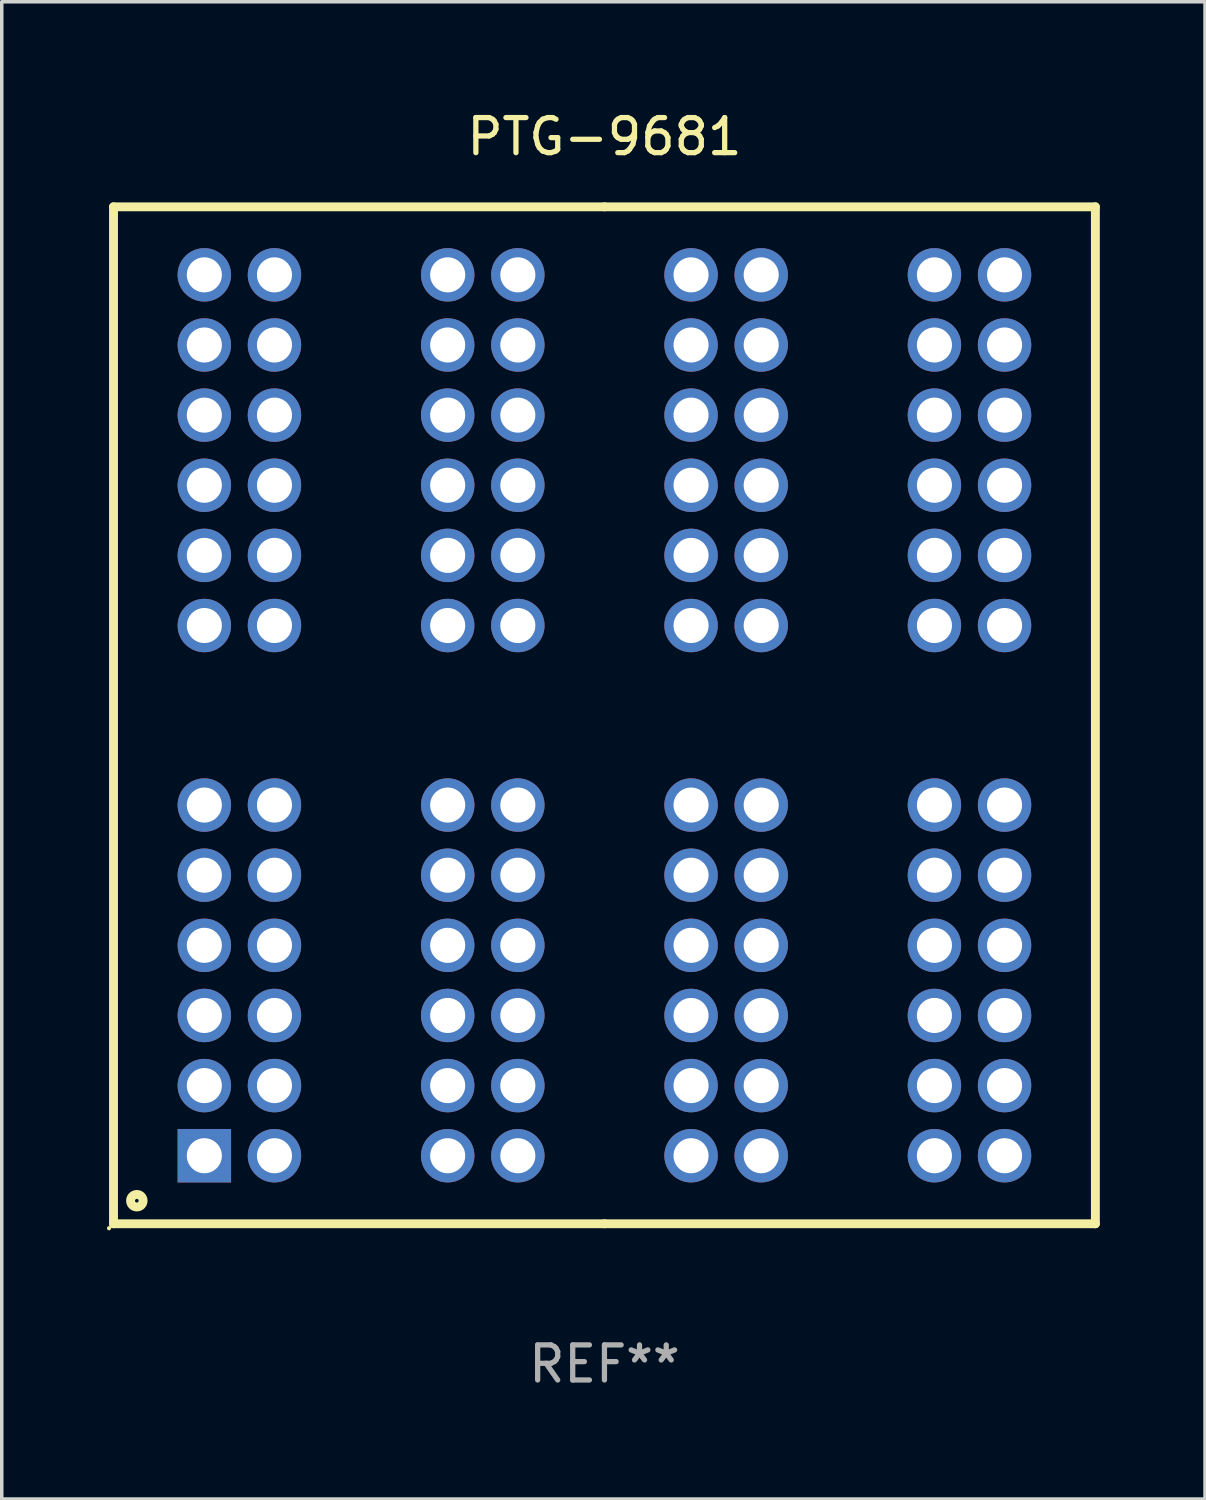
<source format=kicad_pcb>
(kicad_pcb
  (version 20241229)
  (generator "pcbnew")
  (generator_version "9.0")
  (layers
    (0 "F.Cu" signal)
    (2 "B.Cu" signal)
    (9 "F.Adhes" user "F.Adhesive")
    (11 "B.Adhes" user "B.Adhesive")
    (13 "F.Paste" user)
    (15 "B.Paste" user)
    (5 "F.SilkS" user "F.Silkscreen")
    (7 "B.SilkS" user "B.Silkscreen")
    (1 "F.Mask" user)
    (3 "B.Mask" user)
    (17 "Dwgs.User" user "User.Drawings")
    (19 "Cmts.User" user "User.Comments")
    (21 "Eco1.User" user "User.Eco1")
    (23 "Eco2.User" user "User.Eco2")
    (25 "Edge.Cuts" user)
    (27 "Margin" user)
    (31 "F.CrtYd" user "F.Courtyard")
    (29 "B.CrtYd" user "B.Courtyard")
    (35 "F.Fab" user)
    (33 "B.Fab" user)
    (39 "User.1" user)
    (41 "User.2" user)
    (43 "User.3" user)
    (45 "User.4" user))
  (footprint "PTG-9681"
    (layer "F.Cu")
    (at 14.187 17.348)
    (property "Reference" "PTG-9681" (at 0 -16.5 0) (layer "F.SilkS") (effects (font (size 1 1) (thickness 0.15))))
    (attr through_hole)
    (fp_line (start -14 -14.5) (end -14 14.5) (stroke (width 0.254) (type solid)) (layer "F.SilkS"))
    (fp_line (start 0 -14.5) (end -14 -14.5) (stroke (width 0.254) (type solid)) (layer "F.SilkS"))
    (fp_line (start 0 -14.5) (end 14 -14.5) (stroke (width 0.254) (type solid)) (layer "F.SilkS"))
    (fp_line (start 0 14.5) (end -14 14.5) (stroke (width 0.254) (type solid)) (layer "F.SilkS"))
    (fp_line (start 0 14.5) (end 14 14.5) (stroke (width 0.254) (type solid)) (layer "F.SilkS"))
    (fp_line (start 14 -14.5) (end 14 14.5) (stroke (width 0.254) (type solid)) (layer "F.SilkS"))
    (fp_circle (center -14.127 14.627) (end -14.097 14.627) (stroke (width 0.06) (type solid)) (fill no) (layer "F.SilkS"))
    (fp_circle (center -13.335 13.843) (end -13.156 13.843) (stroke (width 0.254) (type solid)) (fill no) (layer "F.SilkS"))
    (fp_text user "REF**" (at 0 18.5 0) (layer "F.Fab") (effects (font (size 1 1) (thickness 0.15))))
    (pad "1" thru_hole rect (at -11.41 12.56) (size 1.524 1.524) (drill 1) (layers "*.Cu" "*.Mask"))
    (pad "2" thru_hole circle (at -11.41 10.56) (size 1.524 1.524) (drill 1) (layers "*.Cu" "*.Mask"))
    (pad "3" thru_hole circle (at -11.41 8.56) (size 1.524 1.524) (drill 1) (layers "*.Cu" "*.Mask"))
    (pad "4" thru_hole circle (at -11.41 6.56) (size 1.524 1.524) (drill 1) (layers "*.Cu" "*.Mask"))
    (pad "5" thru_hole circle (at -11.41 4.56) (size 1.524 1.524) (drill 1) (layers "*.Cu" "*.Mask"))
    (pad "6" thru_hole circle (at -11.41 2.56) (size 1.524 1.524) (drill 1) (layers "*.Cu" "*.Mask"))
    (pad "7" thru_hole circle (at -9.41 12.56) (size 1.524 1.524) (drill 1) (layers "*.Cu" "*.Mask"))
    (pad "8" thru_hole circle (at -9.41 10.56) (size 1.524 1.524) (drill 1) (layers "*.Cu" "*.Mask"))
    (pad "9" thru_hole circle (at -9.41 8.56) (size 1.524 1.524) (drill 1) (layers "*.Cu" "*.Mask"))
    (pad "10" thru_hole circle (at -9.41 6.56) (size 1.524 1.524) (drill 1) (layers "*.Cu" "*.Mask"))
    (pad "11" thru_hole circle (at -9.41 4.56) (size 1.524 1.524) (drill 1) (layers "*.Cu" "*.Mask"))
    (pad "12" thru_hole circle (at -9.41 2.56) (size 1.524 1.524) (drill 1) (layers "*.Cu" "*.Mask"))
    (pad "13" thru_hole circle (at -4.47 12.56) (size 1.524 1.524) (drill 1) (layers "*.Cu" "*.Mask"))
    (pad "14" thru_hole circle (at -4.47 10.56) (size 1.524 1.524) (drill 1) (layers "*.Cu" "*.Mask"))
    (pad "15" thru_hole circle (at -4.47 8.56) (size 1.524 1.524) (drill 1) (layers "*.Cu" "*.Mask"))
    (pad "16" thru_hole circle (at -4.47 6.56) (size 1.524 1.524) (drill 1) (layers "*.Cu" "*.Mask"))
    (pad "17" thru_hole circle (at -4.47 4.56) (size 1.524 1.524) (drill 1) (layers "*.Cu" "*.Mask"))
    (pad "18" thru_hole circle (at -4.47 2.56) (size 1.524 1.524) (drill 1) (layers "*.Cu" "*.Mask"))
    (pad "19" thru_hole circle (at -2.47 12.56) (size 1.524 1.524) (drill 1) (layers "*.Cu" "*.Mask"))
    (pad "20" thru_hole circle (at -2.47 10.56) (size 1.524 1.524) (drill 1) (layers "*.Cu" "*.Mask"))
    (pad "21" thru_hole circle (at -2.47 8.56) (size 1.524 1.524) (drill 1) (layers "*.Cu" "*.Mask"))
    (pad "22" thru_hole circle (at -2.47 6.56) (size 1.524 1.524) (drill 1) (layers "*.Cu" "*.Mask"))
    (pad "23" thru_hole circle (at -2.47 4.56) (size 1.524 1.524) (drill 1) (layers "*.Cu" "*.Mask"))
    (pad "24" thru_hole circle (at -2.47 2.56) (size 1.524 1.524) (drill 1) (layers "*.Cu" "*.Mask"))
    (pad "25" thru_hole circle (at 2.47 12.56) (size 1.524 1.524) (drill 1) (layers "*.Cu" "*.Mask"))
    (pad "26" thru_hole circle (at 2.47 10.56) (size 1.524 1.524) (drill 1) (layers "*.Cu" "*.Mask"))
    (pad "27" thru_hole circle (at 2.47 8.56) (size 1.524 1.524) (drill 1) (layers "*.Cu" "*.Mask"))
    (pad "28" thru_hole circle (at 2.47 6.56) (size 1.524 1.524) (drill 1) (layers "*.Cu" "*.Mask"))
    (pad "29" thru_hole circle (at 2.47 4.56) (size 1.524 1.524) (drill 1) (layers "*.Cu" "*.Mask"))
    (pad "30" thru_hole circle (at 2.47 2.56) (size 1.524 1.524) (drill 1) (layers "*.Cu" "*.Mask"))
    (pad "31" thru_hole circle (at 4.47 12.56) (size 1.524 1.524) (drill 1) (layers "*.Cu" "*.Mask"))
    (pad "32" thru_hole circle (at 4.47 10.56) (size 1.524 1.524) (drill 1) (layers "*.Cu" "*.Mask"))
    (pad "33" thru_hole circle (at 4.47 8.56) (size 1.524 1.524) (drill 1) (layers "*.Cu" "*.Mask"))
    (pad "34" thru_hole circle (at 4.47 6.56) (size 1.524 1.524) (drill 1) (layers "*.Cu" "*.Mask"))
    (pad "35" thru_hole circle (at 4.47 4.56) (size 1.524 1.524) (drill 1) (layers "*.Cu" "*.Mask"))
    (pad "36" thru_hole circle (at 4.47 2.56) (size 1.524 1.524) (drill 1) (layers "*.Cu" "*.Mask"))
    (pad "37" thru_hole circle (at 9.41 12.56) (size 1.524 1.524) (drill 1) (layers "*.Cu" "*.Mask"))
    (pad "38" thru_hole circle (at 9.41 10.56) (size 1.524 1.524) (drill 1) (layers "*.Cu" "*.Mask"))
    (pad "39" thru_hole circle (at 9.41 8.56) (size 1.524 1.524) (drill 1) (layers "*.Cu" "*.Mask"))
    (pad "40" thru_hole circle (at 9.41 6.56) (size 1.524 1.524) (drill 1) (layers "*.Cu" "*.Mask"))
    (pad "41" thru_hole circle (at 9.41 4.56) (size 1.524 1.524) (drill 1) (layers "*.Cu" "*.Mask"))
    (pad "42" thru_hole circle (at 9.41 2.56) (size 1.524 1.524) (drill 1) (layers "*.Cu" "*.Mask"))
    (pad "43" thru_hole circle (at 11.41 12.56) (size 1.524 1.524) (drill 1) (layers "*.Cu" "*.Mask"))
    (pad "44" thru_hole circle (at 11.41 10.56) (size 1.524 1.524) (drill 1) (layers "*.Cu" "*.Mask"))
    (pad "45" thru_hole circle (at 11.41 8.56) (size 1.524 1.524) (drill 1) (layers "*.Cu" "*.Mask"))
    (pad "46" thru_hole circle (at 11.41 6.56) (size 1.524 1.524) (drill 1) (layers "*.Cu" "*.Mask"))
    (pad "47" thru_hole circle (at 11.41 4.56) (size 1.524 1.524) (drill 1) (layers "*.Cu" "*.Mask"))
    (pad "48" thru_hole circle (at 11.41 2.56) (size 1.524 1.524) (drill 1) (layers "*.Cu" "*.Mask"))
    (pad "49" thru_hole circle (at 11.41 -12.56) (size 1.524 1.524) (drill 1) (layers "*.Cu" "*.Mask"))
    (pad "50" thru_hole circle (at 11.41 -10.56) (size 1.524 1.524) (drill 1) (layers "*.Cu" "*.Mask"))
    (pad "51" thru_hole circle (at 11.41 -8.56) (size 1.524 1.524) (drill 1) (layers "*.Cu" "*.Mask"))
    (pad "52" thru_hole circle (at 11.41 -6.56) (size 1.524 1.524) (drill 1) (layers "*.Cu" "*.Mask"))
    (pad "53" thru_hole circle (at 11.41 -4.56) (size 1.524 1.524) (drill 1) (layers "*.Cu" "*.Mask"))
    (pad "54" thru_hole circle (at 11.41 -2.56) (size 1.524 1.524) (drill 1) (layers "*.Cu" "*.Mask"))
    (pad "55" thru_hole circle (at 9.41 -12.56) (size 1.524 1.524) (drill 1) (layers "*.Cu" "*.Mask"))
    (pad "56" thru_hole circle (at 9.41 -10.56) (size 1.524 1.524) (drill 1) (layers "*.Cu" "*.Mask"))
    (pad "57" thru_hole circle (at 9.41 -8.56) (size 1.524 1.524) (drill 1) (layers "*.Cu" "*.Mask"))
    (pad "58" thru_hole circle (at 9.41 -6.56) (size 1.524 1.524) (drill 1) (layers "*.Cu" "*.Mask"))
    (pad "59" thru_hole circle (at 9.41 -4.56) (size 1.524 1.524) (drill 1) (layers "*.Cu" "*.Mask"))
    (pad "60" thru_hole circle (at 9.41 -2.56) (size 1.524 1.524) (drill 1) (layers "*.Cu" "*.Mask"))
    (pad "61" thru_hole circle (at 4.47 -12.56) (size 1.524 1.524) (drill 1) (layers "*.Cu" "*.Mask"))
    (pad "62" thru_hole circle (at 4.47 -10.56) (size 1.524 1.524) (drill 1) (layers "*.Cu" "*.Mask"))
    (pad "63" thru_hole circle (at 4.47 -8.56) (size 1.524 1.524) (drill 1) (layers "*.Cu" "*.Mask"))
    (pad "64" thru_hole circle (at 4.47 -6.56) (size 1.524 1.524) (drill 1) (layers "*.Cu" "*.Mask"))
    (pad "65" thru_hole circle (at 4.47 -4.56) (size 1.524 1.524) (drill 1) (layers "*.Cu" "*.Mask"))
    (pad "66" thru_hole circle (at 4.47 -2.56) (size 1.524 1.524) (drill 1) (layers "*.Cu" "*.Mask"))
    (pad "67" thru_hole circle (at 2.47 -12.56) (size 1.524 1.524) (drill 1) (layers "*.Cu" "*.Mask"))
    (pad "68" thru_hole circle (at 2.47 -10.56) (size 1.524 1.524) (drill 1) (layers "*.Cu" "*.Mask"))
    (pad "69" thru_hole circle (at 2.47 -8.56) (size 1.524 1.524) (drill 1) (layers "*.Cu" "*.Mask"))
    (pad "70" thru_hole circle (at 2.47 -6.56) (size 1.524 1.524) (drill 1) (layers "*.Cu" "*.Mask"))
    (pad "71" thru_hole circle (at 2.47 -4.56) (size 1.524 1.524) (drill 1) (layers "*.Cu" "*.Mask"))
    (pad "72" thru_hole circle (at 2.47 -2.56) (size 1.524 1.524) (drill 1) (layers "*.Cu" "*.Mask"))
    (pad "73" thru_hole circle (at -2.47 -12.56) (size 1.524 1.524) (drill 1) (layers "*.Cu" "*.Mask"))
    (pad "74" thru_hole circle (at -2.47 -10.56) (size 1.524 1.524) (drill 1) (layers "*.Cu" "*.Mask"))
    (pad "75" thru_hole circle (at -2.47 -8.56) (size 1.524 1.524) (drill 1) (layers "*.Cu" "*.Mask"))
    (pad "76" thru_hole circle (at -2.47 -6.56) (size 1.524 1.524) (drill 1) (layers "*.Cu" "*.Mask"))
    (pad "77" thru_hole circle (at -2.47 -4.56) (size 1.524 1.524) (drill 1) (layers "*.Cu" "*.Mask"))
    (pad "78" thru_hole circle (at -2.47 -2.56) (size 1.524 1.524) (drill 1) (layers "*.Cu" "*.Mask"))
    (pad "79" thru_hole circle (at -4.47 -12.56) (size 1.524 1.524) (drill 1) (layers "*.Cu" "*.Mask"))
    (pad "80" thru_hole circle (at -4.47 -10.56) (size 1.524 1.524) (drill 1) (layers "*.Cu" "*.Mask"))
    (pad "81" thru_hole circle (at -4.47 -8.56) (size 1.524 1.524) (drill 1) (layers "*.Cu" "*.Mask"))
    (pad "82" thru_hole circle (at -4.47 -6.56) (size 1.524 1.524) (drill 1) (layers "*.Cu" "*.Mask"))
    (pad "83" thru_hole circle (at -4.47 -4.56) (size 1.524 1.524) (drill 1) (layers "*.Cu" "*.Mask"))
    (pad "84" thru_hole circle (at -4.47 -2.56) (size 1.524 1.524) (drill 1) (layers "*.Cu" "*.Mask"))
    (pad "85" thru_hole circle (at -9.41 -12.56) (size 1.524 1.524) (drill 1) (layers "*.Cu" "*.Mask"))
    (pad "86" thru_hole circle (at -9.41 -10.56) (size 1.524 1.524) (drill 1) (layers "*.Cu" "*.Mask"))
    (pad "87" thru_hole circle (at -9.41 -8.56) (size 1.524 1.524) (drill 1) (layers "*.Cu" "*.Mask"))
    (pad "88" thru_hole circle (at -9.41 -6.56) (size 1.524 1.524) (drill 1) (layers "*.Cu" "*.Mask"))
    (pad "89" thru_hole circle (at -9.41 -4.56) (size 1.524 1.524) (drill 1) (layers "*.Cu" "*.Mask"))
    (pad "90" thru_hole circle (at -9.41 -2.56) (size 1.524 1.524) (drill 1) (layers "*.Cu" "*.Mask"))
    (pad "91" thru_hole circle (at -11.41 -12.56) (size 1.524 1.524) (drill 1) (layers "*.Cu" "*.Mask"))
    (pad "92" thru_hole circle (at -11.41 -10.56) (size 1.524 1.524) (drill 1) (layers "*.Cu" "*.Mask"))
    (pad "93" thru_hole circle (at -11.41 -8.56) (size 1.524 1.524) (drill 1) (layers "*.Cu" "*.Mask"))
    (pad "94" thru_hole circle (at -11.41 -6.56) (size 1.524 1.524) (drill 1) (layers "*.Cu" "*.Mask"))
    (pad "95" thru_hole circle (at -11.41 -4.56) (size 1.524 1.524) (drill 1) (layers "*.Cu" "*.Mask"))
    (pad "96" thru_hole circle (at -11.41 -2.56) (size 1.524 1.524) (drill 1) (layers "*.Cu" "*.Mask")))
  (gr_rect
    (start -3 -3)
    (end 31.314 39.697)
    (stroke (width 0.1) (type default))
    (fill no)
    (layer "Edge.Cuts")))
</source>
